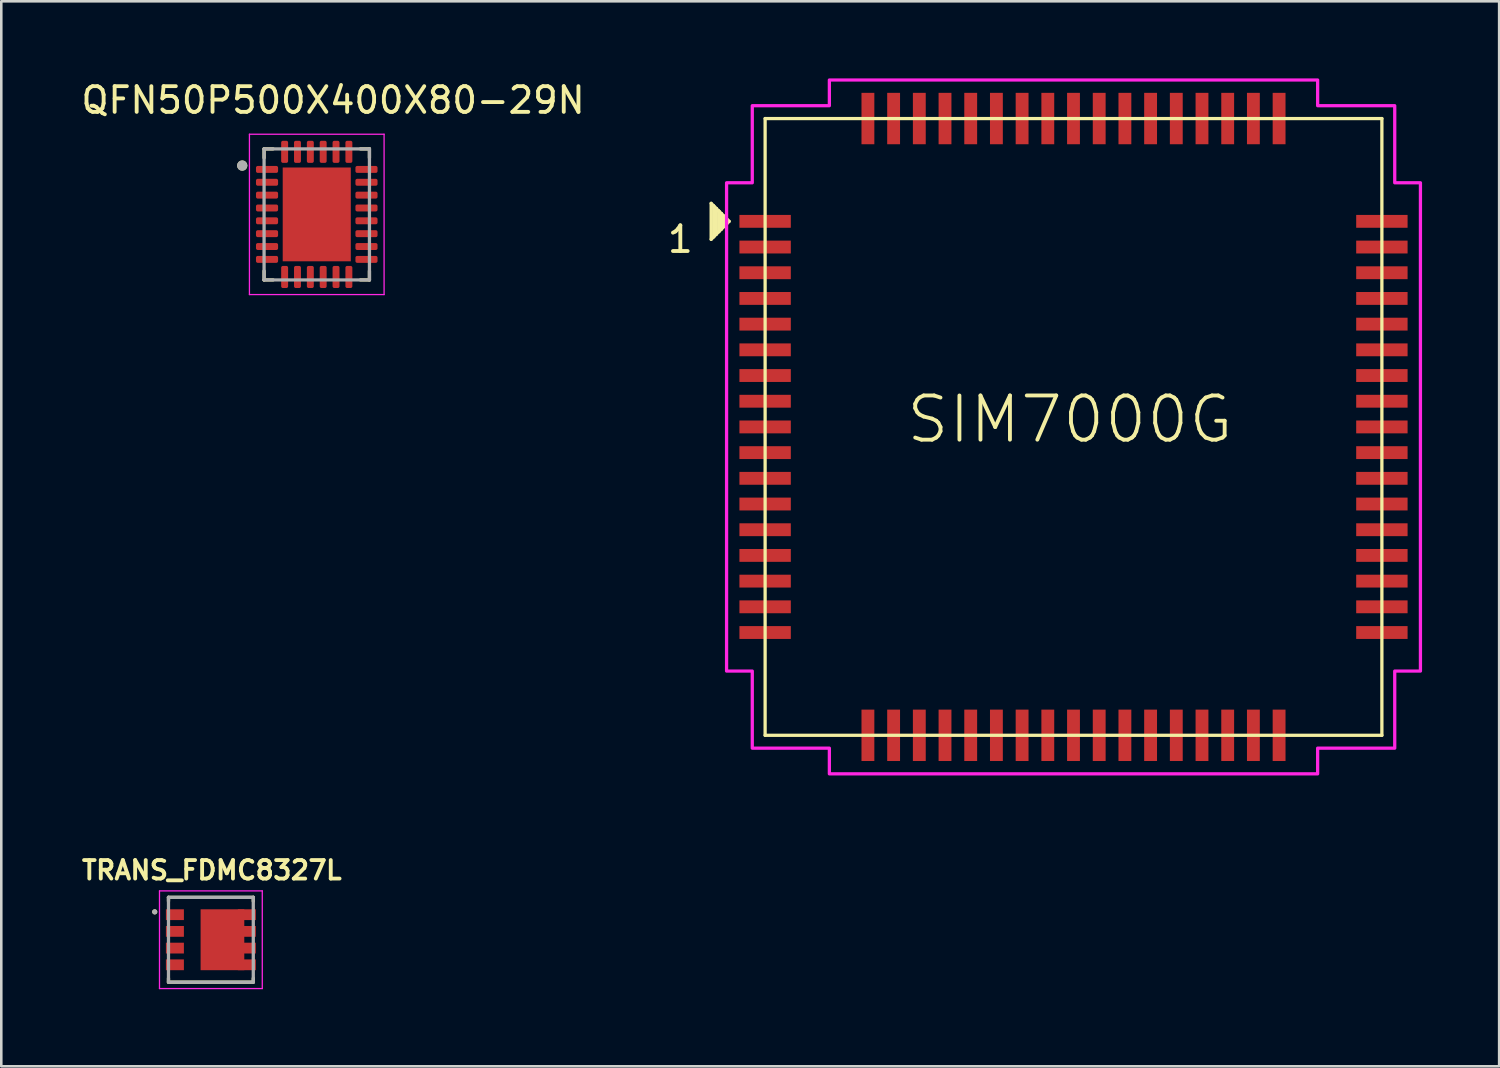
<source format=kicad_pcb>
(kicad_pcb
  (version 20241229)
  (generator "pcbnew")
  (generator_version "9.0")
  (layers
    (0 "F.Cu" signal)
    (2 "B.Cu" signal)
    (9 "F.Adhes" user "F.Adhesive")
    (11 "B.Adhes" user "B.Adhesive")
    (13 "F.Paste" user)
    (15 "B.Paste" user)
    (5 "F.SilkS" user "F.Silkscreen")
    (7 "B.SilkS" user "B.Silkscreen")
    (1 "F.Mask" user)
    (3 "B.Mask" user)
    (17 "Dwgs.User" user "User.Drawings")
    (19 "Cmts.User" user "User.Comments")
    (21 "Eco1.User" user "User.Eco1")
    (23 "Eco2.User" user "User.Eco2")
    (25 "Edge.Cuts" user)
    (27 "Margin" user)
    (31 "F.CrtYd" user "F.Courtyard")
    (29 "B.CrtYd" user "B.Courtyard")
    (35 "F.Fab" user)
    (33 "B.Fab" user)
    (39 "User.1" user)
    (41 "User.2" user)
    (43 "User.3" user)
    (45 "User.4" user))
  (footprint "SIM7000G"
    (layer "F.Cu")
    (at 38.723 13.563)
    (property "Reference" "SIM7000G" (at -0.139 -0.292 0) (layer "F.SilkS") (effects (font (size 1.72 1.72) (thickness 0.15))))
    (attr smd)
    (fp_line (start -14.1 -8.7) (end -14.1 -7.3) (stroke (width 0.127) (type solid)) (layer "F.SilkS"))
    (fp_line (start -14.1 -7.3) (end -14 -7.4) (stroke (width 0.127) (type solid)) (layer "F.SilkS"))
    (fp_line (start -14 -8.6) (end -14.1 -8.7) (stroke (width 0.127) (type solid)) (layer "F.SilkS"))
    (fp_line (start -14 -8.6) (end -14 -7.4) (stroke (width 0.127) (type solid)) (layer "F.SilkS"))
    (fp_line (start -14 -7.4) (end -13.9 -7.5) (stroke (width 0.127) (type solid)) (layer "F.SilkS"))
    (fp_line (start -13.9 -8.5) (end -14 -8.6) (stroke (width 0.127) (type solid)) (layer "F.SilkS"))
    (fp_line (start -13.9 -7.5) (end -13.9 -8.5) (stroke (width 0.127) (type solid)) (layer "F.SilkS"))
    (fp_line (start -13.9 -7.5) (end -13.8 -7.6) (stroke (width 0.127) (type solid)) (layer "F.SilkS"))
    (fp_line (start -13.8 -8.4) (end -13.9 -8.5) (stroke (width 0.127) (type solid)) (layer "F.SilkS"))
    (fp_line (start -13.8 -8.4) (end -13.8 -7.6) (stroke (width 0.127) (type solid)) (layer "F.SilkS"))
    (fp_line (start -13.8 -7.6) (end -13.7 -7.7) (stroke (width 0.127) (type solid)) (layer "F.SilkS"))
    (fp_line (start -13.7 -8.3) (end -13.8 -8.4) (stroke (width 0.127) (type solid)) (layer "F.SilkS"))
    (fp_line (start -13.7 -7.7) (end -13.7 -8.3) (stroke (width 0.127) (type solid)) (layer "F.SilkS"))
    (fp_line (start -13.7 -7.7) (end -13.6 -7.8) (stroke (width 0.127) (type solid)) (layer "F.SilkS"))
    (fp_line (start -13.6 -8.2) (end -13.7 -8.3) (stroke (width 0.127) (type solid)) (layer "F.SilkS"))
    (fp_line (start -13.6 -7.8) (end -13.6 -8.2) (stroke (width 0.127) (type solid)) (layer "F.SilkS"))
    (fp_line (start -13.6 -7.8) (end -13.5 -7.9) (stroke (width 0.127) (type solid)) (layer "F.SilkS"))
    (fp_line (start -13.5 -8.1) (end -13.6 -8.2) (stroke (width 0.127) (type solid)) (layer "F.SilkS"))
    (fp_line (start -13.5 -8.1) (end -13.5 -7.9) (stroke (width 0.127) (type solid)) (layer "F.SilkS"))
    (fp_line (start -13.5 -7.9) (end -13.4 -8) (stroke (width 0.127) (type solid)) (layer "F.SilkS"))
    (fp_line (start -13.4 -8) (end -13.5 -8.1) (stroke (width 0.127) (type solid)) (layer "F.SilkS"))
    (fp_line (start -12 -12) (end -12 12) (stroke (width 0.127) (type solid)) (layer "F.SilkS"))
    (fp_line (start -12 12) (end 12 12) (stroke (width 0.127) (type solid)) (layer "F.SilkS"))
    (fp_line (start 12 -12) (end -12 -12) (stroke (width 0.127) (type solid)) (layer "F.SilkS"))
    (fp_line (start 12 12) (end 12 -12) (stroke (width 0.127) (type solid)) (layer "F.SilkS"))
    (fp_poly (pts (xy 9.5 13.5) (xy -9.5 13.5) (xy -9.5 12.5) (xy -12.5 12.5) (xy -12.5 9.5) (xy -13.5 9.5) (xy -13.5 -9.5) (xy -12.5 -9.5) (xy -12.5 -12.5) (xy -9.5 -12.5) (xy -9.5 -13.5) (xy 9.5 -13.5) (xy 9.5 -12.5) (xy 12.5 -12.5) (xy 12.5 -9.5) (xy 13.5 -9.5) (xy 13.5 9.5) (xy 12.5 9.5) (xy 12.5 12.5) (xy 9.5 12.5)) (stroke (width 0.127) (type solid)) (fill no) (layer "F.CrtYd"))
    (fp_text user "1" (at -15.3 -7.3 0) (layer "F.SilkS") (effects (font (size 1 1) (thickness 0.15))))
    (pad "P$1" smd rect (at -12 -8) (size 2 0.5) (layers "F.Cu" "F.Mask" "F.Paste"))
    (pad "P$2" smd rect (at -12 -7) (size 2 0.5) (layers "F.Cu" "F.Mask" "F.Paste"))
    (pad "P$3" smd rect (at -12 -6) (size 2 0.5) (layers "F.Cu" "F.Mask" "F.Paste"))
    (pad "P$4" smd rect (at -12 -5) (size 2 0.5) (layers "F.Cu" "F.Mask" "F.Paste"))
    (pad "P$5" smd rect (at -12 -4) (size 2 0.5) (layers "F.Cu" "F.Mask" "F.Paste"))
    (pad "P$6" smd rect (at -12 -3) (size 2 0.5) (layers "F.Cu" "F.Mask" "F.Paste"))
    (pad "P$7" smd rect (at -12 -2) (size 2 0.5) (layers "F.Cu" "F.Mask" "F.Paste"))
    (pad "P$8" smd rect (at -12 -1) (size 2 0.5) (layers "F.Cu" "F.Mask" "F.Paste"))
    (pad "P$9" smd rect (at -12 0) (size 2 0.5) (layers "F.Cu" "F.Mask" "F.Paste"))
    (pad "P$10" smd rect (at -12 1) (size 2 0.5) (layers "F.Cu" "F.Mask" "F.Paste"))
    (pad "P$11" smd rect (at -12 2) (size 2 0.5) (layers "F.Cu" "F.Mask" "F.Paste"))
    (pad "P$12" smd rect (at -12 3) (size 2 0.5) (layers "F.Cu" "F.Mask" "F.Paste"))
    (pad "P$13" smd rect (at -12 4) (size 2 0.5) (layers "F.Cu" "F.Mask" "F.Paste"))
    (pad "P$14" smd rect (at -12 5) (size 2 0.5) (layers "F.Cu" "F.Mask" "F.Paste"))
    (pad "P$15" smd rect (at -12 6) (size 2 0.5) (layers "F.Cu" "F.Mask" "F.Paste"))
    (pad "P$16" smd rect (at -12 7) (size 2 0.5) (layers "F.Cu" "F.Mask" "F.Paste"))
    (pad "P$17" smd rect (at -12 8) (size 2 0.5) (layers "F.Cu" "F.Mask" "F.Paste"))
    (pad "P$18" smd rect (at -8 12) (size 0.5 2) (layers "F.Cu" "F.Mask" "F.Paste"))
    (pad "P$19" smd rect (at -7 12) (size 0.5 2) (layers "F.Cu" "F.Mask" "F.Paste"))
    (pad "P$20" smd rect (at -6 12) (size 0.5 2) (layers "F.Cu" "F.Mask" "F.Paste"))
    (pad "P$21" smd rect (at -5 12) (size 0.5 2) (layers "F.Cu" "F.Mask" "F.Paste"))
    (pad "P$22" smd rect (at -4 12) (size 0.5 2) (layers "F.Cu" "F.Mask" "F.Paste"))
    (pad "P$23" smd rect (at -3 12) (size 0.5 2) (layers "F.Cu" "F.Mask" "F.Paste"))
    (pad "P$24" smd rect (at -2 12) (size 0.5 2) (layers "F.Cu" "F.Mask" "F.Paste"))
    (pad "P$25" smd rect (at -1 12) (size 0.5 2) (layers "F.Cu" "F.Mask" "F.Paste"))
    (pad "P$26" smd rect (at 0 12) (size 0.5 2) (layers "F.Cu" "F.Mask" "F.Paste"))
    (pad "P$27" smd rect (at 1 12) (size 0.5 2) (layers "F.Cu" "F.Mask" "F.Paste"))
    (pad "P$28" smd rect (at 2 12) (size 0.5 2) (layers "F.Cu" "F.Mask" "F.Paste"))
    (pad "P$29" smd rect (at 3 12) (size 0.5 2) (layers "F.Cu" "F.Mask" "F.Paste"))
    (pad "P$30" smd rect (at 4 12) (size 0.5 2) (layers "F.Cu" "F.Mask" "F.Paste"))
    (pad "P$31" smd rect (at 5 12) (size 0.5 2) (layers "F.Cu" "F.Mask" "F.Paste"))
    (pad "P$32" smd rect (at 6 12) (size 0.5 2) (layers "F.Cu" "F.Mask" "F.Paste"))
    (pad "P$33" smd rect (at 7 12) (size 0.5 2) (layers "F.Cu" "F.Mask" "F.Paste"))
    (pad "P$34" smd rect (at 8 12) (size 0.5 2) (layers "F.Cu" "F.Mask" "F.Paste"))
    (pad "P$35" smd rect (at 12 8) (size 2 0.5) (layers "F.Cu" "F.Mask" "F.Paste"))
    (pad "P$36" smd rect (at 12 7) (size 2 0.5) (layers "F.Cu" "F.Mask" "F.Paste"))
    (pad "P$37" smd rect (at 12 6) (size 2 0.5) (layers "F.Cu" "F.Mask" "F.Paste"))
    (pad "P$38" smd rect (at 12 5) (size 2 0.5) (layers "F.Cu" "F.Mask" "F.Paste"))
    (pad "P$39" smd rect (at 12 4) (size 2 0.5) (layers "F.Cu" "F.Mask" "F.Paste"))
    (pad "P$40" smd rect (at 12 3) (size 2 0.5) (layers "F.Cu" "F.Mask" "F.Paste"))
    (pad "P$41" smd rect (at 12 2) (size 2 0.5) (layers "F.Cu" "F.Mask" "F.Paste"))
    (pad "P$42" smd rect (at 12 1) (size 2 0.5) (layers "F.Cu" "F.Mask" "F.Paste"))
    (pad "P$43" smd rect (at 12 0) (size 2 0.5) (layers "F.Cu" "F.Mask" "F.Paste"))
    (pad "P$44" smd rect (at 12 -1) (size 2 0.5) (layers "F.Cu" "F.Mask" "F.Paste"))
    (pad "P$45" smd rect (at 12 -2) (size 2 0.5) (layers "F.Cu" "F.Mask" "F.Paste"))
    (pad "P$46" smd rect (at 12 -3) (size 2 0.5) (layers "F.Cu" "F.Mask" "F.Paste"))
    (pad "P$47" smd rect (at 12 -4) (size 2 0.5) (layers "F.Cu" "F.Mask" "F.Paste"))
    (pad "P$48" smd rect (at 12 -5) (size 2 0.5) (layers "F.Cu" "F.Mask" "F.Paste"))
    (pad "P$49" smd rect (at 12 -6) (size 2 0.5) (layers "F.Cu" "F.Mask" "F.Paste"))
    (pad "P$50" smd rect (at 12 -7) (size 2 0.5) (layers "F.Cu" "F.Mask" "F.Paste"))
    (pad "P$51" smd rect (at 12 -8) (size 2 0.5) (layers "F.Cu" "F.Mask" "F.Paste"))
    (pad "P$52" smd rect (at 8 -12) (size 0.5 2) (layers "F.Cu" "F.Mask" "F.Paste"))
    (pad "P$53" smd rect (at 7 -12) (size 0.5 2) (layers "F.Cu" "F.Mask" "F.Paste"))
    (pad "P$54" smd rect (at 6 -12) (size 0.5 2) (layers "F.Cu" "F.Mask" "F.Paste"))
    (pad "P$55" smd rect (at 5 -12) (size 0.5 2) (layers "F.Cu" "F.Mask" "F.Paste"))
    (pad "P$56" smd rect (at 4 -12) (size 0.5 2) (layers "F.Cu" "F.Mask" "F.Paste"))
    (pad "P$57" smd rect (at 3 -12) (size 0.5 2) (layers "F.Cu" "F.Mask" "F.Paste"))
    (pad "P$58" smd rect (at 2 -12) (size 0.5 2) (layers "F.Cu" "F.Mask" "F.Paste"))
    (pad "P$59" smd rect (at 1 -12) (size 0.5 2) (layers "F.Cu" "F.Mask" "F.Paste"))
    (pad "P$60" smd rect (at 0 -12) (size 0.5 2) (layers "F.Cu" "F.Mask" "F.Paste"))
    (pad "P$61" smd rect (at -1 -12) (size 0.5 2) (layers "F.Cu" "F.Mask" "F.Paste"))
    (pad "P$62" smd rect (at -2 -12) (size 0.5 2) (layers "F.Cu" "F.Mask" "F.Paste"))
    (pad "P$63" smd rect (at -3 -12) (size 0.5 2) (layers "F.Cu" "F.Mask" "F.Paste"))
    (pad "P$64" smd rect (at -4 -12) (size 0.5 2) (layers "F.Cu" "F.Mask" "F.Paste"))
    (pad "P$65" smd rect (at -5 -12) (size 0.5 2) (layers "F.Cu" "F.Mask" "F.Paste"))
    (pad "P$66" smd rect (at -6 -12) (size 0.5 2) (layers "F.Cu" "F.Mask" "F.Paste"))
    (pad "P$67" smd rect (at -7 -12) (size 0.5 2) (layers "F.Cu" "F.Mask" "F.Paste"))
    (pad "P$68" smd rect (at -8 -12) (size 0.5 2) (layers "F.Cu" "F.Mask" "F.Paste"))
    (zone (net_name "") (layer "F.Cu") (hatch full 0.508) (connect_pads) (min_thickness 0.127) (filled_areas_thickness no) (keepout (tracks not_allowed) (vias not_allowed) (pads not_allowed) (copperpour not_allowed) (footprints allowed)) (placement (enabled no)) (fill) (polygon (pts (xy 27.823 6.763) (xy 27.823 4.364) (xy 30.223 4.364) (xy 30.223 6.763))))
    (zone (net_name "") (layer "F.Cu") (hatch full 0.508) (connect_pads) (min_thickness 0.127) (filled_areas_thickness no) (keepout (tracks not_allowed) (vias not_allowed) (pads not_allowed) (copperpour not_allowed) (footprints allowed)) (placement (enabled no)) (fill) (polygon (pts (xy 40.023 17.863) (xy 40.023 15.463) (xy 42.423 15.463) (xy 42.423 17.863)))))
  (footprint "TRANS_FDMC8327L"
    (layer "F.Cu")
    (at 5.156 33.518)
    (property "Reference" "TRANS_FDMC8327L" (at 0.036 -2.706 0) (layer "F.SilkS") (effects (font (size 0.72 0.72) (thickness 0.15))))
    (attr smd)
    (fp_line (start -1.65 -1.65) (end 1.65 -1.65) (stroke (width 0.127) (type solid)) (layer "F.SilkS"))
    (fp_line (start -1.65 -1.5) (end -1.65 -1.65) (stroke (width 0.127) (type solid)) (layer "F.SilkS"))
    (fp_line (start -1.65 1.5) (end -1.65 1.65) (stroke (width 0.127) (type solid)) (layer "F.SilkS"))
    (fp_line (start -1.65 1.65) (end 1.65 1.65) (stroke (width 0.127) (type solid)) (layer "F.SilkS"))
    (fp_line (start 1.65 -1.65) (end 1.65 -1.5) (stroke (width 0.127) (type solid)) (layer "F.SilkS"))
    (fp_line (start 1.65 1.65) (end 1.65 1.5) (stroke (width 0.127) (type solid)) (layer "F.SilkS"))
    (fp_circle (center -2.185 -1.085) (end -2.135 -1.085) (stroke (width 0.1) (type solid)) (fill no) (layer "F.SilkS"))
    (fp_poly (pts (xy -0.087 -0.75) (xy 0.988 -0.75) (xy 0.988 0.75) (xy -0.087 0.75)) (stroke (width 0.01) (type solid)) (fill yes) (layer "F.Paste"))
    (fp_poly (pts (xy 1.3 -1.185) (xy 1.75 -1.185) (xy 1.75 -0.765) (xy 1.3 -0.765)) (stroke (width 0.01) (type solid)) (fill yes) (layer "F.Paste"))
    (fp_poly (pts (xy 1.3 -1.185) (xy 1.75 -1.185) (xy 1.75 -0.765) (xy 1.3 -0.765)) (stroke (width 0.01) (type solid)) (fill yes) (layer "F.Paste"))
    (fp_poly (pts (xy 1.3 -0.535) (xy 1.75 -0.535) (xy 1.75 -0.115) (xy 1.3 -0.115)) (stroke (width 0.01) (type solid)) (fill yes) (layer "F.Paste"))
    (fp_poly (pts (xy 1.3 0.115) (xy 1.75 0.115) (xy 1.75 0.535) (xy 1.3 0.535)) (stroke (width 0.01) (type solid)) (fill yes) (layer "F.Paste"))
    (fp_poly (pts (xy 1.3 0.765) (xy 1.75 0.765) (xy 1.75 1.185) (xy 1.3 1.185)) (stroke (width 0.01) (type solid)) (fill yes) (layer "F.Paste"))
    (fp_line (start -2 -1.9) (end 2 -1.9) (stroke (width 0.05) (type solid)) (layer "F.CrtYd"))
    (fp_line (start -2 1.9) (end -2 -1.9) (stroke (width 0.05) (type solid)) (layer "F.CrtYd"))
    (fp_line (start 2 -1.9) (end 2 1.9) (stroke (width 0.05) (type solid)) (layer "F.CrtYd"))
    (fp_line (start 2 1.9) (end -2 1.9) (stroke (width 0.05) (type solid)) (layer "F.CrtYd"))
    (fp_line (start -1.65 -1.65) (end 1.65 -1.65) (stroke (width 0.127) (type solid)) (layer "F.Fab"))
    (fp_line (start -1.65 1.65) (end -1.65 -1.65) (stroke (width 0.127) (type solid)) (layer "F.Fab"))
    (fp_line (start 1.65 -1.65) (end 1.65 1.65) (stroke (width 0.127) (type solid)) (layer "F.Fab"))
    (fp_line (start 1.65 1.65) (end -1.65 1.65) (stroke (width 0.127) (type solid)) (layer "F.Fab"))
    (fp_circle (center -2.185 -1.085) (end -2.135 -1.085) (stroke (width 0.1) (type solid)) (fill no) (layer "F.Fab"))
    (pad "1" smd rect (at -1.4 -0.975) (size 0.7 0.42) (layers "F.Cu" "F.Mask" "F.Paste"))
    (pad "2" smd rect (at -1.4 -0.325) (size 0.7 0.42) (layers "F.Cu" "F.Mask" "F.Paste"))
    (pad "3" smd rect (at -1.4 0.325) (size 0.7 0.42) (layers "F.Cu" "F.Mask" "F.Paste"))
    (pad "4" smd rect (at -1.4 0.975) (size 0.7 0.42) (layers "F.Cu" "F.Mask" "F.Paste"))
    (pad "5" smd rect (at 1.4 0.975) (size 0.7 0.42) (layers "F.Cu" "F.Mask"))
    (pad "6" smd rect (at 1.4 0.325) (size 0.7 0.42) (layers "F.Cu" "F.Mask"))
    (pad "7" smd rect (at 1.4 -0.325) (size 0.7 0.42) (layers "F.Cu" "F.Mask"))
    (pad "8" smd rect (at 1.4 -0.975) (size 0.7 0.42) (layers "F.Cu" "F.Mask"))
    (pad "9" smd rect (at 0.45 0) (size 1.7 2.37) (layers "F.Cu" "F.Mask"))
    (zone (net_name "") (layer "F.Cu") (hatch full 0.508) (connect_pads) (min_thickness 0.01) (filled_areas_thickness no) (keepout (tracks not_allowed) (vias not_allowed) (pads not_allowed) (copperpour not_allowed) (footprints allowed)) (placement (enabled no)) (fill) (polygon (pts (xy 4.756 31.818) (xy 6.456 31.818) (xy 6.456 32.333) (xy 4.756 32.333))))
    (zone (net_name "") (layer "F.Cu") (hatch full 0.508) (connect_pads) (min_thickness 0.01) (filled_areas_thickness no) (keepout (tracks not_allowed) (vias not_allowed) (pads not_allowed) (copperpour not_allowed) (footprints allowed)) (placement (enabled no)) (fill) (polygon (pts (xy 4.756 34.703) (xy 6.456 34.703) (xy 6.456 35.218) (xy 4.756 35.218)))))
  (footprint "QFN50P500X400X80-29N"
    (layer "F.Cu")
    (at 9.276 5.293)
    (property "Reference" "QFN50P500X400X80-29N" (at 0.635 -4.445 0) (layer "F.SilkS") (effects (font (size 1 1) (thickness 0.15))))
    (attr smd)
    (fp_line (start -2.05 -2.55) (end -2.05 -2.2) (stroke (width 0.127) (type solid)) (layer "F.SilkS"))
    (fp_line (start -2.05 2.55) (end -2.05 2.2) (stroke (width 0.127) (type solid)) (layer "F.SilkS"))
    (fp_line (start -1.7 -2.55) (end -2.05 -2.55) (stroke (width 0.127) (type solid)) (layer "F.SilkS"))
    (fp_line (start -1.7 2.55) (end -2.05 2.55) (stroke (width 0.127) (type solid)) (layer "F.SilkS"))
    (fp_line (start 1.7 -2.55) (end 2.05 -2.55) (stroke (width 0.127) (type solid)) (layer "F.SilkS"))
    (fp_line (start 1.7 2.55) (end 2.05 2.55) (stroke (width 0.127) (type solid)) (layer "F.SilkS"))
    (fp_line (start 2.05 -2.55) (end 2.05 -2.2) (stroke (width 0.127) (type solid)) (layer "F.SilkS"))
    (fp_line (start 2.05 2.55) (end 2.05 2.2) (stroke (width 0.127) (type solid)) (layer "F.SilkS"))
    (fp_circle (center -2.9 -1.9) (end -2.8 -1.9) (stroke (width 0.2) (type solid)) (fill no) (layer "F.SilkS"))
    (fp_poly (pts (xy -1.03 -1.53) (xy -0.15 -1.53) (xy -0.15 -0.15) (xy -1.03 -0.15)) (stroke (width 0.01) (type solid)) (fill yes) (layer "F.Paste"))
    (fp_poly (pts (xy -1.03 0.15) (xy -0.15 0.15) (xy -0.15 1.53) (xy -1.03 1.53)) (stroke (width 0.01) (type solid)) (fill yes) (layer "F.Paste"))
    (fp_poly (pts (xy 0.15 -1.53) (xy 1.03 -1.53) (xy 1.03 -0.15) (xy 0.15 -0.15)) (stroke (width 0.01) (type solid)) (fill yes) (layer "F.Paste"))
    (fp_poly (pts (xy 0.15 0.15) (xy 1.03 0.15) (xy 1.03 1.53) (xy 0.15 1.53)) (stroke (width 0.01) (type solid)) (fill yes) (layer "F.Paste"))
    (fp_line (start -2.62 -3.12) (end 2.62 -3.12) (stroke (width 0.05) (type solid)) (layer "F.CrtYd"))
    (fp_line (start -2.62 3.12) (end -2.62 -3.12) (stroke (width 0.05) (type solid)) (layer "F.CrtYd"))
    (fp_line (start 2.62 -3.12) (end 2.62 3.12) (stroke (width 0.05) (type solid)) (layer "F.CrtYd"))
    (fp_line (start 2.62 3.12) (end -2.62 3.12) (stroke (width 0.05) (type solid)) (layer "F.CrtYd"))
    (fp_line (start -2.05 -2.55) (end 2.05 -2.55) (stroke (width 0.127) (type solid)) (layer "F.Fab"))
    (fp_line (start -2.05 2.55) (end -2.05 -2.55) (stroke (width 0.127) (type solid)) (layer "F.Fab"))
    (fp_line (start 2.05 -2.55) (end 2.05 2.55) (stroke (width 0.127) (type solid)) (layer "F.Fab"))
    (fp_line (start 2.05 2.55) (end -2.05 2.55) (stroke (width 0.127) (type solid)) (layer "F.Fab"))
    (fp_circle (center -2.9 -1.9) (end -2.8 -1.9) (stroke (width 0.2) (type solid)) (fill no) (layer "F.Fab"))
    (pad "1" smd roundrect (at -1.935 -1.75) (size 0.86 0.27) (layers "F.Cu" "F.Mask" "F.Paste") (roundrect_rratio 0.25))
    (pad "2" smd roundrect (at -1.935 -1.25) (size 0.86 0.27) (layers "F.Cu" "F.Mask" "F.Paste") (roundrect_rratio 0.25))
    (pad "3" smd roundrect (at -1.935 -0.75) (size 0.86 0.27) (layers "F.Cu" "F.Mask" "F.Paste") (roundrect_rratio 0.25))
    (pad "4" smd roundrect (at -1.935 -0.25) (size 0.86 0.27) (layers "F.Cu" "F.Mask" "F.Paste") (roundrect_rratio 0.25))
    (pad "5" smd roundrect (at -1.935 0.25) (size 0.86 0.27) (layers "F.Cu" "F.Mask" "F.Paste") (roundrect_rratio 0.25))
    (pad "6" smd roundrect (at -1.935 0.75) (size 0.86 0.27) (layers "F.Cu" "F.Mask" "F.Paste") (roundrect_rratio 0.25))
    (pad "7" smd roundrect (at -1.935 1.25) (size 0.86 0.27) (layers "F.Cu" "F.Mask" "F.Paste") (roundrect_rratio 0.25))
    (pad "8" smd roundrect (at -1.935 1.75) (size 0.86 0.27) (layers "F.Cu" "F.Mask" "F.Paste") (roundrect_rratio 0.25))
    (pad "9" smd roundrect (at -1.25 2.435) (size 0.27 0.86) (layers "F.Cu" "F.Mask" "F.Paste") (roundrect_rratio 0.25))
    (pad "10" smd roundrect (at -0.75 2.435) (size 0.27 0.86) (layers "F.Cu" "F.Mask" "F.Paste") (roundrect_rratio 0.25))
    (pad "11" smd roundrect (at -0.25 2.435) (size 0.27 0.86) (layers "F.Cu" "F.Mask" "F.Paste") (roundrect_rratio 0.25))
    (pad "12" smd roundrect (at 0.25 2.435) (size 0.27 0.86) (layers "F.Cu" "F.Mask" "F.Paste") (roundrect_rratio 0.25))
    (pad "13" smd roundrect (at 0.75 2.435) (size 0.27 0.86) (layers "F.Cu" "F.Mask" "F.Paste") (roundrect_rratio 0.25))
    (pad "14" smd roundrect (at 1.25 2.435) (size 0.27 0.86) (layers "F.Cu" "F.Mask" "F.Paste") (roundrect_rratio 0.25))
    (pad "15" smd roundrect (at 1.935 1.75) (size 0.86 0.27) (layers "F.Cu" "F.Mask" "F.Paste") (roundrect_rratio 0.25))
    (pad "16" smd roundrect (at 1.935 1.25) (size 0.86 0.27) (layers "F.Cu" "F.Mask" "F.Paste") (roundrect_rratio 0.25))
    (pad "17" smd roundrect (at 1.935 0.75) (size 0.86 0.27) (layers "F.Cu" "F.Mask" "F.Paste") (roundrect_rratio 0.25))
    (pad "18" smd roundrect (at 1.935 0.25) (size 0.86 0.27) (layers "F.Cu" "F.Mask" "F.Paste") (roundrect_rratio 0.25))
    (pad "19" smd roundrect (at 1.935 -0.25) (size 0.86 0.27) (layers "F.Cu" "F.Mask" "F.Paste") (roundrect_rratio 0.25))
    (pad "20" smd roundrect (at 1.935 -0.75) (size 0.86 0.27) (layers "F.Cu" "F.Mask" "F.Paste") (roundrect_rratio 0.25))
    (pad "21" smd roundrect (at 1.935 -1.25) (size 0.86 0.27) (layers "F.Cu" "F.Mask" "F.Paste") (roundrect_rratio 0.25))
    (pad "22" smd roundrect (at 1.935 -1.75) (size 0.86 0.27) (layers "F.Cu" "F.Mask" "F.Paste") (roundrect_rratio 0.25))
    (pad "23" smd roundrect (at 1.25 -2.435) (size 0.27 0.86) (layers "F.Cu" "F.Mask" "F.Paste") (roundrect_rratio 0.25))
    (pad "24" smd roundrect (at 0.75 -2.435) (size 0.27 0.86) (layers "F.Cu" "F.Mask" "F.Paste") (roundrect_rratio 0.25))
    (pad "25" smd roundrect (at 0.25 -2.435) (size 0.27 0.86) (layers "F.Cu" "F.Mask" "F.Paste") (roundrect_rratio 0.25))
    (pad "26" smd roundrect (at -0.25 -2.435) (size 0.27 0.86) (layers "F.Cu" "F.Mask" "F.Paste") (roundrect_rratio 0.25))
    (pad "27" smd roundrect (at -0.75 -2.435) (size 0.27 0.86) (layers "F.Cu" "F.Mask" "F.Paste") (roundrect_rratio 0.25))
    (pad "28" smd roundrect (at -1.25 -2.435) (size 0.27 0.86) (layers "F.Cu" "F.Mask" "F.Paste") (roundrect_rratio 0.25))
    (pad "29" smd rect (at 0 0) (size 2.65 3.65) (layers "F.Cu" "F.Mask")))
  (gr_rect
    (start -3 -3)
    (end 55.286 38.443)
    (stroke (width 0.1) (type default))
    (fill no)
    (layer "Edge.Cuts")))
</source>
